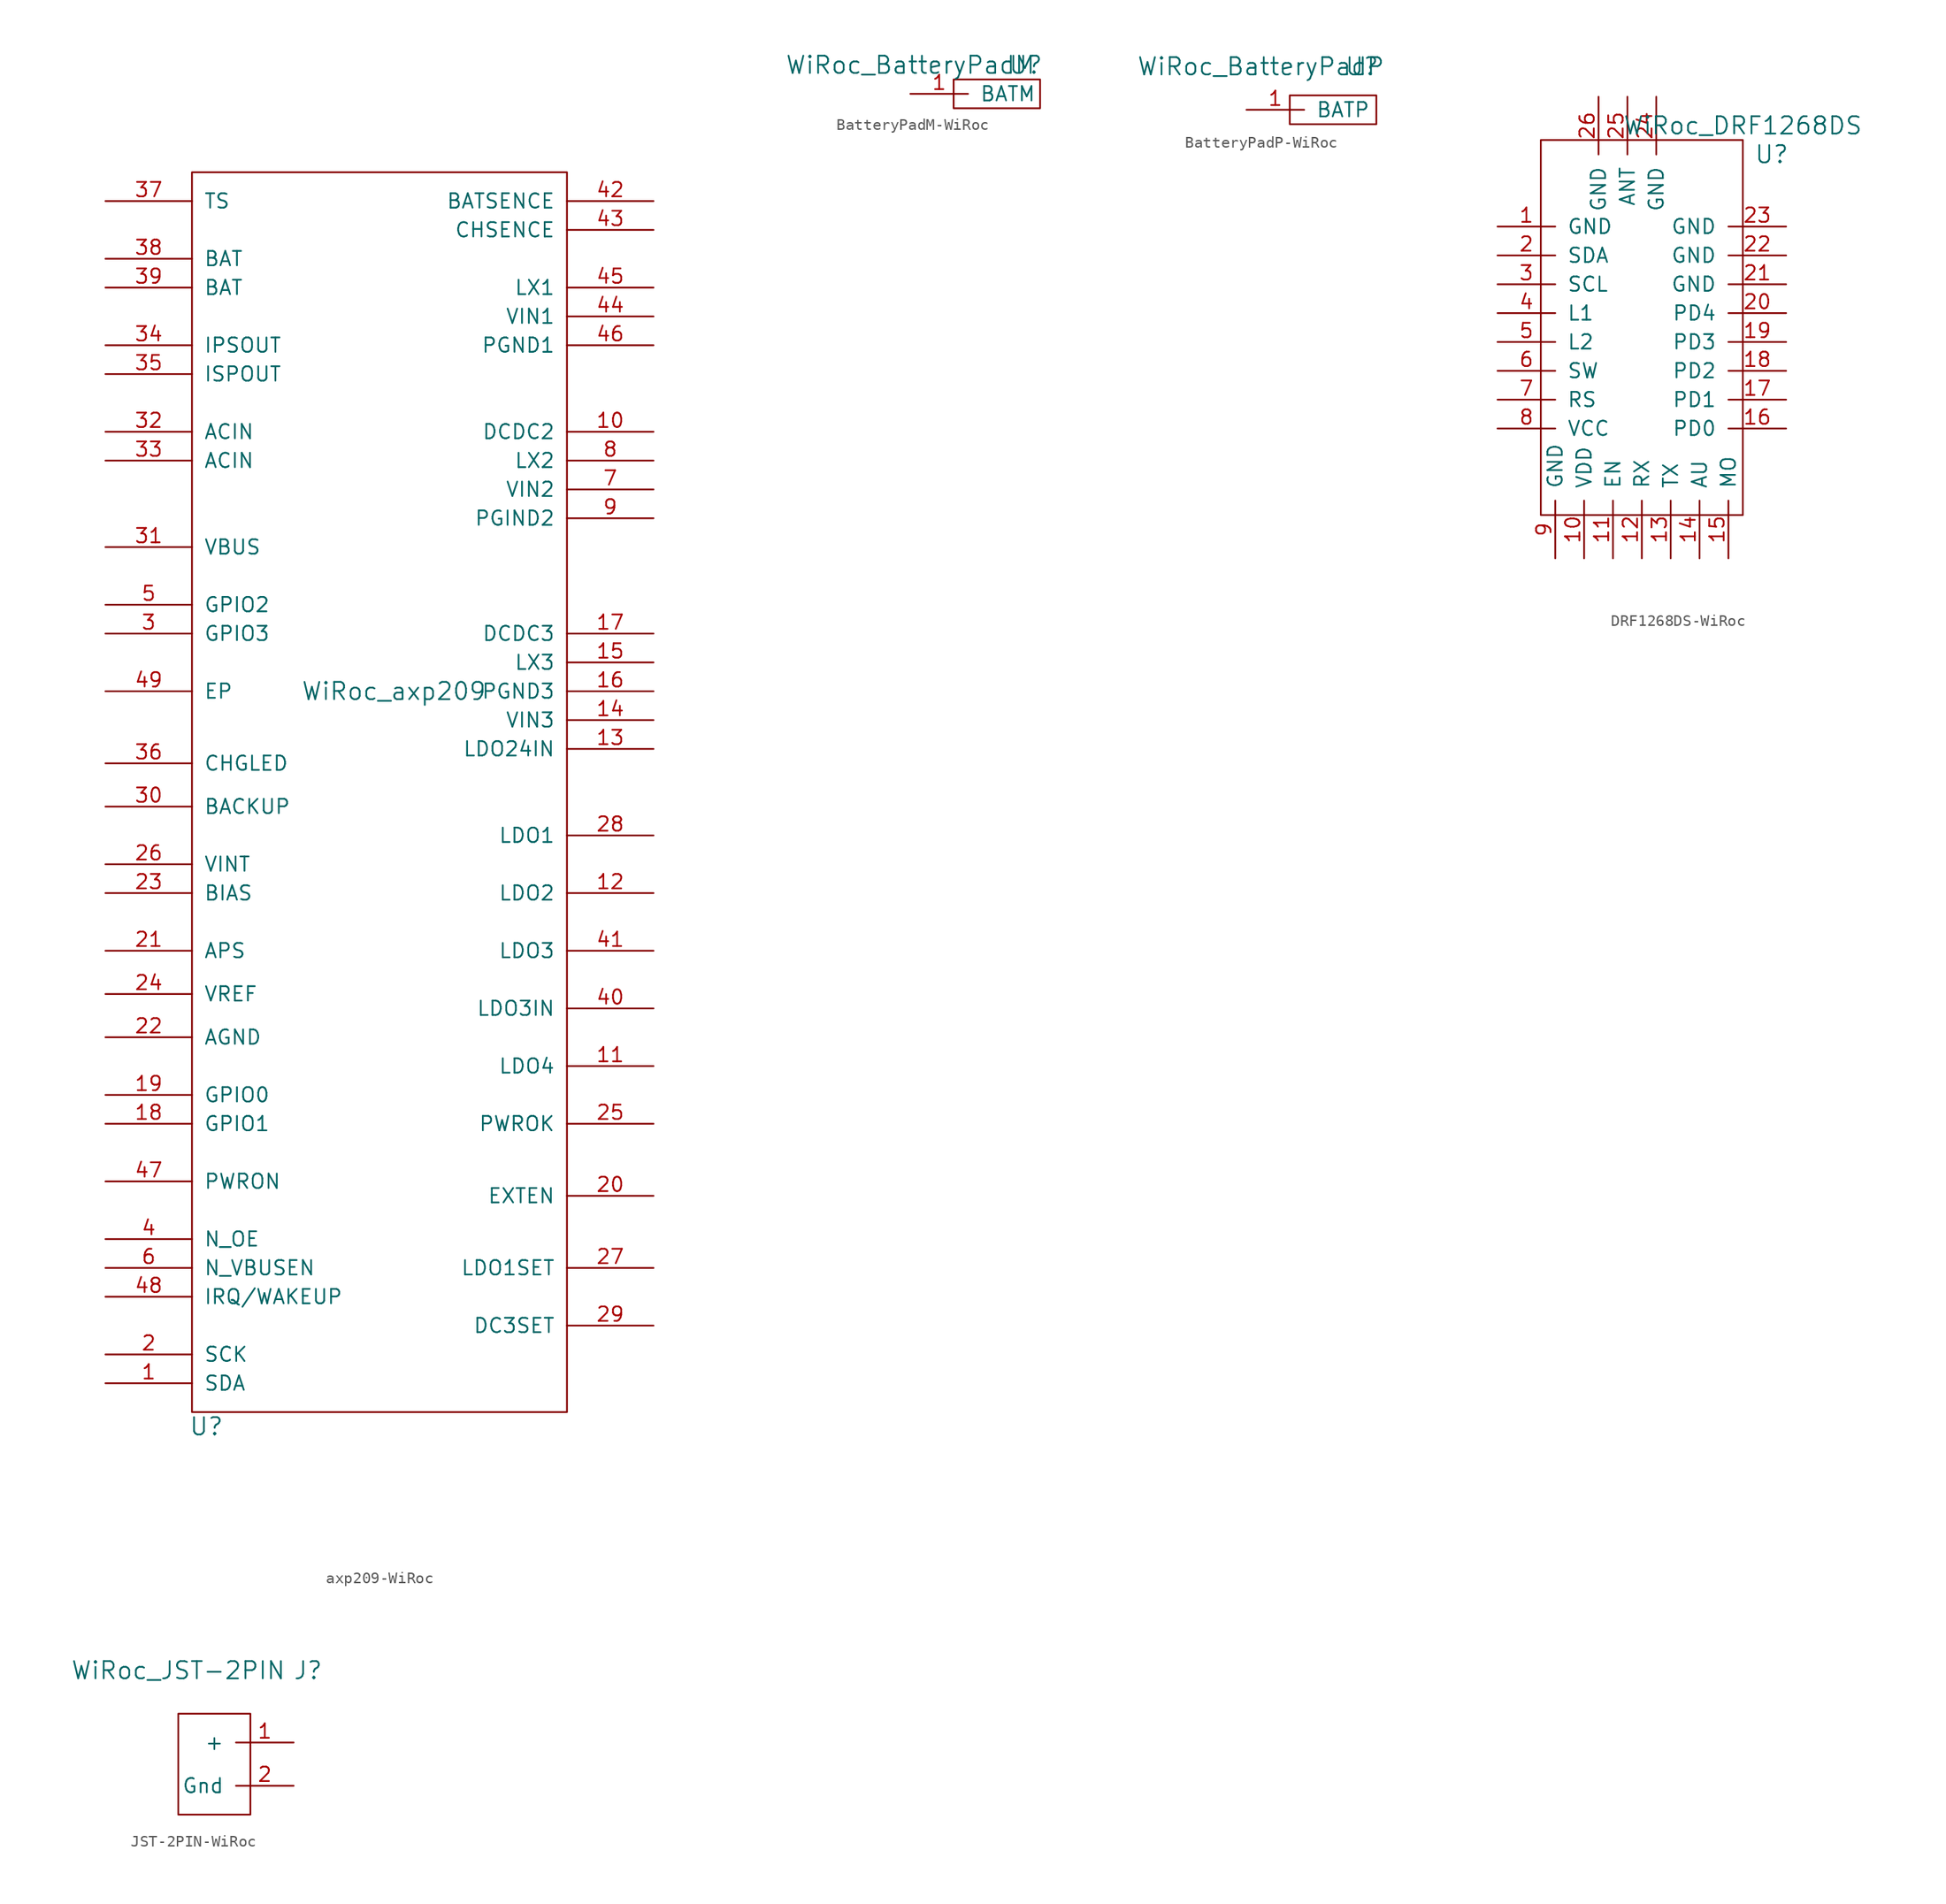
<source format=kicad_sym>
(kicad_symbol_lib
  (version 20220914)
  (generator kicad_symbol_editor)
  (symbol "axp209-WiRoc"
    (pin_names
      (offset 1.016))
    (property "Reference" "U"
      (at -16.51 -59.69 0)
      (effects (font (size 1.524 1.524))))
    (property "Value" "WiRoc_axp209"
      (at 0 5.08 0)
      (effects (font (size 1.524 1.524))))
    (property "Footprint" ""
      (at 0 1.27 0)
      (effects (font (size 1.524 1.524))))
    (property "Datasheet" ""
      (at 0 1.27 0)
      (effects (font (size 1.524 1.524))))
    (symbol "axp209-WiRoc_0_1"
      (rectangle (start -17.78 50.8) (end 15.24 -58.42) (stroke (width 0) (type solid)) (fill (type none))))
    (symbol "axp209-WiRoc_1_1"
      (pin bidirectional line (at -25.4 -55.88 0) (length 7.62) (name "SDA" (effects (font (size 1.27 1.27)))) (number "1" (effects (font (size 1.27 1.27)))))
      (pin input line (at 22.86 27.94 180) (length 7.62) (name "DCDC2" (effects (font (size 1.27 1.27)))) (number "10" (effects (font (size 1.27 1.27)))))
      (pin input line (at 22.86 -27.94 180) (length 7.62) (name "LDO4" (effects (font (size 1.27 1.27)))) (number "11" (effects (font (size 1.27 1.27)))))
      (pin output line (at 22.86 -12.7 180) (length 7.62) (name "LDO2" (effects (font (size 1.27 1.27)))) (number "12" (effects (font (size 1.27 1.27)))))
      (pin power_in line (at 22.86 0 180) (length 7.62) (name "LDO24IN" (effects (font (size 1.27 1.27)))) (number "13" (effects (font (size 1.27 1.27)))))
      (pin power_in line (at 22.86 2.54 180) (length 7.62) (name "VIN3" (effects (font (size 1.27 1.27)))) (number "14" (effects (font (size 1.27 1.27)))))
      (pin bidirectional line (at 22.86 7.62 180) (length 7.62) (name "LX3" (effects (font (size 1.27 1.27)))) (number "15" (effects (font (size 1.27 1.27)))))
      (pin power_in line (at 22.86 5.08 180) (length 7.62) (name "PGND3" (effects (font (size 1.27 1.27)))) (number "16" (effects (font (size 1.27 1.27)))))
      (pin input line (at 22.86 10.16 180) (length 7.62) (name "DCDC3" (effects (font (size 1.27 1.27)))) (number "17" (effects (font (size 1.27 1.27)))))
      (pin bidirectional line (at -25.4 -33.02 0) (length 7.62) (name "GPIO1" (effects (font (size 1.27 1.27)))) (number "18" (effects (font (size 1.27 1.27)))))
      (pin bidirectional line (at -25.4 -30.48 0) (length 7.62) (name "GPIO0" (effects (font (size 1.27 1.27)))) (number "19" (effects (font (size 1.27 1.27)))))
      (pin input line (at -25.4 -53.34 0) (length 7.62) (name "SCK" (effects (font (size 1.27 1.27)))) (number "2" (effects (font (size 1.27 1.27)))))
      (pin output line (at 22.86 -39.37 180) (length 7.62) (name "EXTEN" (effects (font (size 1.27 1.27)))) (number "20" (effects (font (size 1.27 1.27)))))
      (pin power_in line (at -25.4 -17.78 0) (length 7.62) (name "APS" (effects (font (size 1.27 1.27)))) (number "21" (effects (font (size 1.27 1.27)))))
      (pin power_in line (at -25.4 -25.4 0) (length 7.62) (name "AGND" (effects (font (size 1.27 1.27)))) (number "22" (effects (font (size 1.27 1.27)))))
      (pin bidirectional line (at -25.4 -12.7 0) (length 7.62) (name "BIAS" (effects (font (size 1.27 1.27)))) (number "23" (effects (font (size 1.27 1.27)))))
      (pin output line (at -25.4 -21.59 0) (length 7.62) (name "VREF" (effects (font (size 1.27 1.27)))) (number "24" (effects (font (size 1.27 1.27)))))
      (pin output line (at 22.86 -33.02 180) (length 7.62) (name "PWROK" (effects (font (size 1.27 1.27)))) (number "25" (effects (font (size 1.27 1.27)))))
      (pin bidirectional line (at -25.4 -10.16 0) (length 7.62) (name "VINT" (effects (font (size 1.27 1.27)))) (number "26" (effects (font (size 1.27 1.27)))))
      (pin input line (at 22.86 -45.72 180) (length 7.62) (name "LDO1SET" (effects (font (size 1.27 1.27)))) (number "27" (effects (font (size 1.27 1.27)))))
      (pin output line (at 22.86 -7.62 180) (length 7.62) (name "LDO1" (effects (font (size 1.27 1.27)))) (number "28" (effects (font (size 1.27 1.27)))))
      (pin input line (at 22.86 -50.8 180) (length 7.62) (name "DC3SET" (effects (font (size 1.27 1.27)))) (number "29" (effects (font (size 1.27 1.27)))))
      (pin bidirectional line (at -25.4 10.16 0) (length 7.62) (name "GPIO3" (effects (font (size 1.27 1.27)))) (number "3" (effects (font (size 1.27 1.27)))))
      (pin bidirectional line (at -25.4 -5.08 0) (length 7.62) (name "BACKUP" (effects (font (size 1.27 1.27)))) (number "30" (effects (font (size 1.27 1.27)))))
      (pin power_in line (at -25.4 17.78 0) (length 7.62) (name "VBUS" (effects (font (size 1.27 1.27)))) (number "31" (effects (font (size 1.27 1.27)))))
      (pin power_in line (at -25.4 27.94 0) (length 7.62) (name "ACIN" (effects (font (size 1.27 1.27)))) (number "32" (effects (font (size 1.27 1.27)))))
      (pin power_in line (at -25.4 25.4 0) (length 7.62) (name "ACIN" (effects (font (size 1.27 1.27)))) (number "33" (effects (font (size 1.27 1.27)))))
      (pin power_out line (at -25.4 35.56 0) (length 7.62) (name "IPSOUT" (effects (font (size 1.27 1.27)))) (number "34" (effects (font (size 1.27 1.27)))))
      (pin power_out line (at -25.4 33.02 0) (length 7.62) (name "ISPOUT" (effects (font (size 1.27 1.27)))) (number "35" (effects (font (size 1.27 1.27)))))
      (pin output line (at -25.4 -1.27 0) (length 7.62) (name "CHGLED" (effects (font (size 1.27 1.27)))) (number "36" (effects (font (size 1.27 1.27)))))
      (pin input line (at -25.4 48.26 0) (length 7.62) (name "TS" (effects (font (size 1.27 1.27)))) (number "37" (effects (font (size 1.27 1.27)))))
      (pin power_in line (at -25.4 43.18 0) (length 7.62) (name "BAT" (effects (font (size 1.27 1.27)))) (number "38" (effects (font (size 1.27 1.27)))))
      (pin power_in line (at -25.4 40.64 0) (length 7.62) (name "BAT" (effects (font (size 1.27 1.27)))) (number "39" (effects (font (size 1.27 1.27)))))
      (pin input line (at -25.4 -43.18 0) (length 7.62) (name "N_OE" (effects (font (size 1.27 1.27)))) (number "4" (effects (font (size 1.27 1.27)))))
      (pin output line (at 22.86 -22.86 180) (length 7.62) (name "LDO3IN" (effects (font (size 1.27 1.27)))) (number "40" (effects (font (size 1.27 1.27)))))
      (pin input line (at 22.86 -17.78 180) (length 7.62) (name "LDO3" (effects (font (size 1.27 1.27)))) (number "41" (effects (font (size 1.27 1.27)))))
      (pin input line (at 22.86 48.26 180) (length 7.62) (name "BATSENCE" (effects (font (size 1.27 1.27)))) (number "42" (effects (font (size 1.27 1.27)))))
      (pin output line (at 22.86 45.72 180) (length 7.62) (name "CHSENCE" (effects (font (size 1.27 1.27)))) (number "43" (effects (font (size 1.27 1.27)))))
      (pin power_in line (at 22.86 38.1 180) (length 7.62) (name "VIN1" (effects (font (size 1.27 1.27)))) (number "44" (effects (font (size 1.27 1.27)))))
      (pin bidirectional line (at 22.86 40.64 180) (length 7.62) (name "LX1" (effects (font (size 1.27 1.27)))) (number "45" (effects (font (size 1.27 1.27)))))
      (pin power_in line (at 22.86 35.56 180) (length 7.62) (name "PGND1" (effects (font (size 1.27 1.27)))) (number "46" (effects (font (size 1.27 1.27)))))
      (pin input line (at -25.4 -38.1 0) (length 7.62) (name "PWRON" (effects (font (size 1.27 1.27)))) (number "47" (effects (font (size 1.27 1.27)))))
      (pin bidirectional line (at -25.4 -48.26 0) (length 7.62) (name "IRQ/WAKEUP" (effects (font (size 1.27 1.27)))) (number "48" (effects (font (size 1.27 1.27)))))
      (pin power_in line (at -25.4 5.08 0) (length 7.62) (name "EP" (effects (font (size 1.27 1.27)))) (number "49" (effects (font (size 1.27 1.27)))))
      (pin bidirectional line (at -25.4 12.7 0) (length 7.62) (name "GPIO2" (effects (font (size 1.27 1.27)))) (number "5" (effects (font (size 1.27 1.27)))))
      (pin input line (at -25.4 -45.72 0) (length 7.62) (name "N_VBUSEN" (effects (font (size 1.27 1.27)))) (number "6" (effects (font (size 1.27 1.27)))))
      (pin power_in line (at 22.86 22.86 180) (length 7.62) (name "VIN2" (effects (font (size 1.27 1.27)))) (number "7" (effects (font (size 1.27 1.27)))))
      (pin bidirectional line (at 22.86 25.4 180) (length 7.62) (name "LX2" (effects (font (size 1.27 1.27)))) (number "8" (effects (font (size 1.27 1.27)))))
      (pin power_in line (at 22.86 20.32 180) (length 7.62) (name "PGIND2" (effects (font (size 1.27 1.27)))) (number "9" (effects (font (size 1.27 1.27)))))))
  (symbol "BatteryPadM-WiRoc"
    (pin_names
      (offset 1.016))
    (property "Reference" "U"
      (at 5.08 2.54 0)
      (effects (font (size 1.524 1.524))))
    (property "Value" "WiRoc_BatteryPadM"
      (at -5.08 2.54 0)
      (effects (font (size 1.524 1.524))))
    (symbol "BatteryPadM-WiRoc_1_1"
      (rectangle (start -1.27 1.27) (end 6.35 -1.27) (stroke (width 0) (type solid)) (fill (type none)))
      (pin power_out line (at -5.08 0 0) (length 5.08) (name "BATM" (effects (font (size 1.27 1.27)))) (number "1" (effects (font (size 1.27 1.27)))))))
  (symbol "BatteryPadP-WiRoc"
    (pin_names
      (offset 1.016))
    (property "Reference" "U"
      (at 6.35 3.81 0)
      (effects (font (size 1.524 1.524))))
    (property "Value" "WiRoc_BatteryPadP"
      (at -2.54 3.81 0)
      (effects (font (size 1.524 1.524))))
    (symbol "BatteryPadP-WiRoc_0_1"
      (rectangle (start 0 1.27) (end 7.62 -1.27) (stroke (width 0) (type solid)) (fill (type none))))
    (symbol "BatteryPadP-WiRoc_1_1"
      (pin power_out line (at -3.81 0 0) (length 5.08) (name "BATP" (effects (font (size 1.27 1.27)))) (number "1" (effects (font (size 1.27 1.27)))))))
  (symbol "DRF1268DS-WiRoc"
    (pin_names
      (offset 1.016))
    (property "Reference" "U"
      (at 12.7 10.16 0)
      (effects (font (size 1.524 1.524))))
    (property "Value" "WiRoc_DRF1268DS"
      (at 10.16 12.7 0)
      (effects (font (size 1.524 1.524))))
    (symbol "DRF1268DS-WiRoc_0_1"
      (rectangle (start -7.62 11.43) (end 10.16 -21.59) (stroke (width 0) (type solid)) (fill (type none))))
    (symbol "DRF1268DS-WiRoc_1_1"
      (pin power_in line (at -11.43 3.81 0) (length 5.08) (name "GND" (effects (font (size 1.27 1.27)))) (number "1" (effects (font (size 1.27 1.27)))))
      (pin power_in line (at -3.81 -25.4 90) (length 5.08) (name "VDD" (effects (font (size 1.27 1.27)))) (number "10" (effects (font (size 1.27 1.27)))))
      (pin input line (at -1.27 -25.4 90) (length 5.08) (name "EN" (effects (font (size 1.27 1.27)))) (number "11" (effects (font (size 1.27 1.27)))))
      (pin input line (at 1.27 -25.4 90) (length 5.08) (name "RX" (effects (font (size 1.27 1.27)))) (number "12" (effects (font (size 1.27 1.27)))))
      (pin output line (at 3.81 -25.4 90) (length 5.08) (name "TX" (effects (font (size 1.27 1.27)))) (number "13" (effects (font (size 1.27 1.27)))))
      (pin output line (at 6.35 -25.4 90) (length 5.08) (name "AU" (effects (font (size 1.27 1.27)))) (number "14" (effects (font (size 1.27 1.27)))))
      (pin input line (at 8.89 -25.4 90) (length 5.08) (name "MO" (effects (font (size 1.27 1.27)))) (number "15" (effects (font (size 1.27 1.27)))))
      (pin bidirectional line (at 13.97 -13.97 180) (length 5.08) (name "PD0" (effects (font (size 1.27 1.27)))) (number "16" (effects (font (size 1.27 1.27)))))
      (pin bidirectional line (at 13.97 -11.43 180) (length 5.08) (name "PD1" (effects (font (size 1.27 1.27)))) (number "17" (effects (font (size 1.27 1.27)))))
      (pin bidirectional line (at 13.97 -8.89 180) (length 5.08) (name "PD2" (effects (font (size 1.27 1.27)))) (number "18" (effects (font (size 1.27 1.27)))))
      (pin bidirectional line (at 13.97 -6.35 180) (length 5.08) (name "PD3" (effects (font (size 1.27 1.27)))) (number "19" (effects (font (size 1.27 1.27)))))
      (pin bidirectional line (at -11.43 1.27 0) (length 5.08) (name "SDA" (effects (font (size 1.27 1.27)))) (number "2" (effects (font (size 1.27 1.27)))))
      (pin bidirectional line (at 13.97 -3.81 180) (length 5.08) (name "PD4" (effects (font (size 1.27 1.27)))) (number "20" (effects (font (size 1.27 1.27)))))
      (pin power_in line (at 13.97 -1.27 180) (length 5.08) (name "GND" (effects (font (size 1.27 1.27)))) (number "21" (effects (font (size 1.27 1.27)))))
      (pin power_in line (at 13.97 1.27 180) (length 5.08) (name "GND" (effects (font (size 1.27 1.27)))) (number "22" (effects (font (size 1.27 1.27)))))
      (pin power_in line (at 13.97 3.81 180) (length 5.08) (name "GND" (effects (font (size 1.27 1.27)))) (number "23" (effects (font (size 1.27 1.27)))))
      (pin power_in line (at 2.54 15.24 270) (length 5.08) (name "GND" (effects (font (size 1.27 1.27)))) (number "24" (effects (font (size 1.27 1.27)))))
      (pin bidirectional line (at 0 15.24 270) (length 5.08) (name "ANT" (effects (font (size 1.27 1.27)))) (number "25" (effects (font (size 1.27 1.27)))))
      (pin power_in line (at -2.54 15.24 270) (length 5.08) (name "GND" (effects (font (size 1.27 1.27)))) (number "26" (effects (font (size 1.27 1.27)))))
      (pin input line (at -11.43 -1.27 0) (length 5.08) (name "SCL" (effects (font (size 1.27 1.27)))) (number "3" (effects (font (size 1.27 1.27)))))
      (pin output line (at -11.43 -3.81 0) (length 5.08) (name "L1" (effects (font (size 1.27 1.27)))) (number "4" (effects (font (size 1.27 1.27)))))
      (pin output line (at -11.43 -6.35 0) (length 5.08) (name "L2" (effects (font (size 1.27 1.27)))) (number "5" (effects (font (size 1.27 1.27)))))
      (pin input line (at -11.43 -8.89 0) (length 5.08) (name "SW" (effects (font (size 1.27 1.27)))) (number "6" (effects (font (size 1.27 1.27)))))
      (pin input line (at -11.43 -11.43 0) (length 5.08) (name "RS" (effects (font (size 1.27 1.27)))) (number "7" (effects (font (size 1.27 1.27)))))
      (pin power_out line (at -11.43 -13.97 0) (length 5.08) (name "VCC" (effects (font (size 1.27 1.27)))) (number "8" (effects (font (size 1.27 1.27)))))
      (pin power_in line (at -6.35 -25.4 90) (length 5.08) (name "GND" (effects (font (size 1.27 1.27)))) (number "9" (effects (font (size 1.27 1.27)))))))
  (symbol "JST-2PIN-WiRoc"
    (pin_names
      (offset 1.016))
    (property "Reference" "J"
      (at 7.62 8.89 0)
      (effects (font (size 1.524 1.524))))
    (property "Value" "WiRoc_JST-2PIN"
      (at -3.81 8.89 0)
      (effects (font (size 1.524 1.524))))
    (property "Footprint" ""
      (at 0.635 0 0)
      (effects (font (size 1.524 1.524))))
    (property "Datasheet" ""
      (at 0.635 0 0)
      (effects (font (size 1.524 1.524))))
    (symbol "JST-2PIN-WiRoc_0_1"
      (rectangle (start 2.54 -3.81) (end -3.81 5.08) (stroke (width 0) (type solid)) (fill (type none))))
    (symbol "JST-2PIN-WiRoc_1_1"
      (pin power_out line (at 6.35 2.54 180) (length 5.08) (name "+" (effects (font (size 1.27 1.27)))) (number "1" (effects (font (size 1.27 1.27)))))
      (pin power_out line (at 6.35 -1.27 180) (length 5.08) (name "Gnd" (effects (font (size 1.27 1.27)))) (number "2" (effects (font (size 1.27 1.27))))))))
</source>
